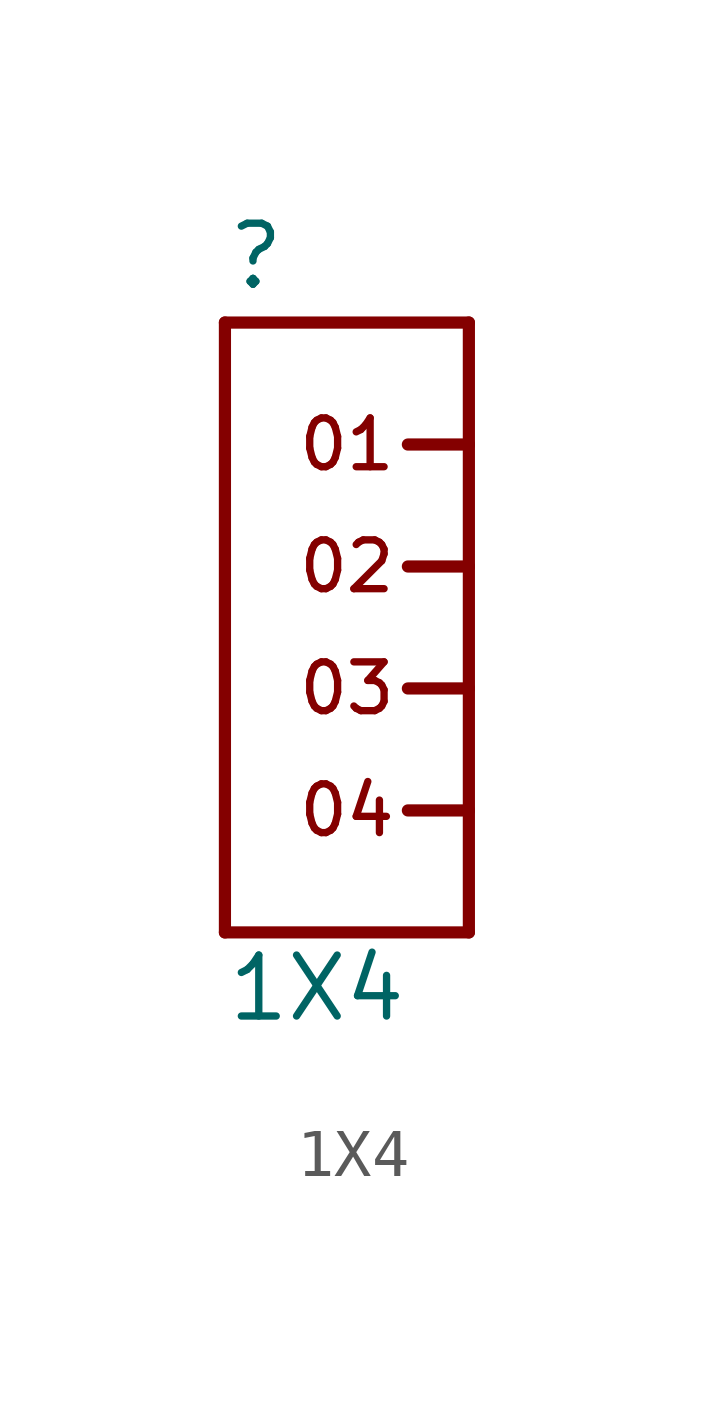
<source format=kicad_sym>
(kicad_symbol_lib
  (version 20211014)
  (generator kicad_symbol_editor)
  (symbol "1X4"
    (property "Reference" ""
      (at -2.54 8.255 0)
      (effects (font (size 1.27 1.27)) (justify left bottom)))
    (property "Value" "1X4"
      (at -2.54 -6.985 0)
      (effects (font (size 1.27 1.27)) (justify left bottom)))
    (property "ki_locked" ""
      (at 0 0 0)
      (effects (font (size 1.27 1.27))))
    (symbol "1X4_1_0"
      (polyline (pts (xy -2.54 -5.08) (xy 2.54 -5.08)) (stroke (width 0.254) (type default) (color 0 0 0 0)) (fill (type none)))
      (polyline (pts (xy -2.54 7.62) (xy -2.54 -5.08)) (stroke (width 0.254) (type default) (color 0 0 0 0)) (fill (type none)))
      (polyline (pts (xy -2.54 7.62) (xy 2.54 7.62)) (stroke (width 0.254) (type default) (color 0 0 0 0)) (fill (type none)))
      (polyline (pts (xy 1.27 -2.54) (xy 2.54 -2.54)) (stroke (width 0.254) (type default) (color 0 0 0 0)) (fill (type none)))
      (polyline (pts (xy 1.27 0) (xy 2.54 0)) (stroke (width 0.254) (type default) (color 0 0 0 0)) (fill (type none)))
      (polyline (pts (xy 1.27 2.54) (xy 2.54 2.54)) (stroke (width 0.254) (type default) (color 0 0 0 0)) (fill (type none)))
      (polyline (pts (xy 1.27 5.08) (xy 2.54 5.08)) (stroke (width 0.254) (type default) (color 0 0 0 0)) (fill (type none)))
      (polyline (pts (xy 2.54 -5.08) (xy 2.54 -2.54)) (stroke (width 0.254) (type default) (color 0 0 0 0)) (fill (type none)))
      (polyline (pts (xy 2.54 -2.54) (xy 2.54 0)) (stroke (width 0.254) (type default) (color 0 0 0 0)) (fill (type none)))
      (polyline (pts (xy 2.54 0) (xy 2.54 2.54)) (stroke (width 0.254) (type default) (color 0 0 0 0)) (fill (type none)))
      (polyline (pts (xy 2.54 2.54) (xy 2.54 5.08)) (stroke (width 0.254) (type default) (color 0 0 0 0)) (fill (type none)))
      (polyline (pts (xy 2.54 5.08) (xy 2.54 7.62)) (stroke (width 0.254) (type default) (color 0 0 0 0)) (fill (type none)))
      (text "01" (at 0 5.08 0) (effects (font (size 1.016 1.016))))
      (text "02" (at 0 2.54 0) (effects (font (size 1.016 1.016))))
      (text "03" (at 0 0 0) (effects (font (size 1.016 1.016))))
      (text "04" (at 0 -2.54 0) (effects (font (size 1.016 1.016))))
      (pin bidirectional line (at 2.54 5.08 180) (length 0) (name "1" (effects (font (size 0 0)))) (number "1" (effects (font (size 0 0)))))
      (pin bidirectional line (at 2.54 2.54 180) (length 0) (name "2" (effects (font (size 0 0)))) (number "2" (effects (font (size 0 0)))))
      (pin bidirectional line (at 2.54 0 180) (length 0) (name "3" (effects (font (size 0 0)))) (number "3" (effects (font (size 0 0)))))
      (pin bidirectional line (at 2.54 -2.54 180) (length 0) (name "4" (effects (font (size 0 0)))) (number "4" (effects (font (size 0 0))))))))
</source>
